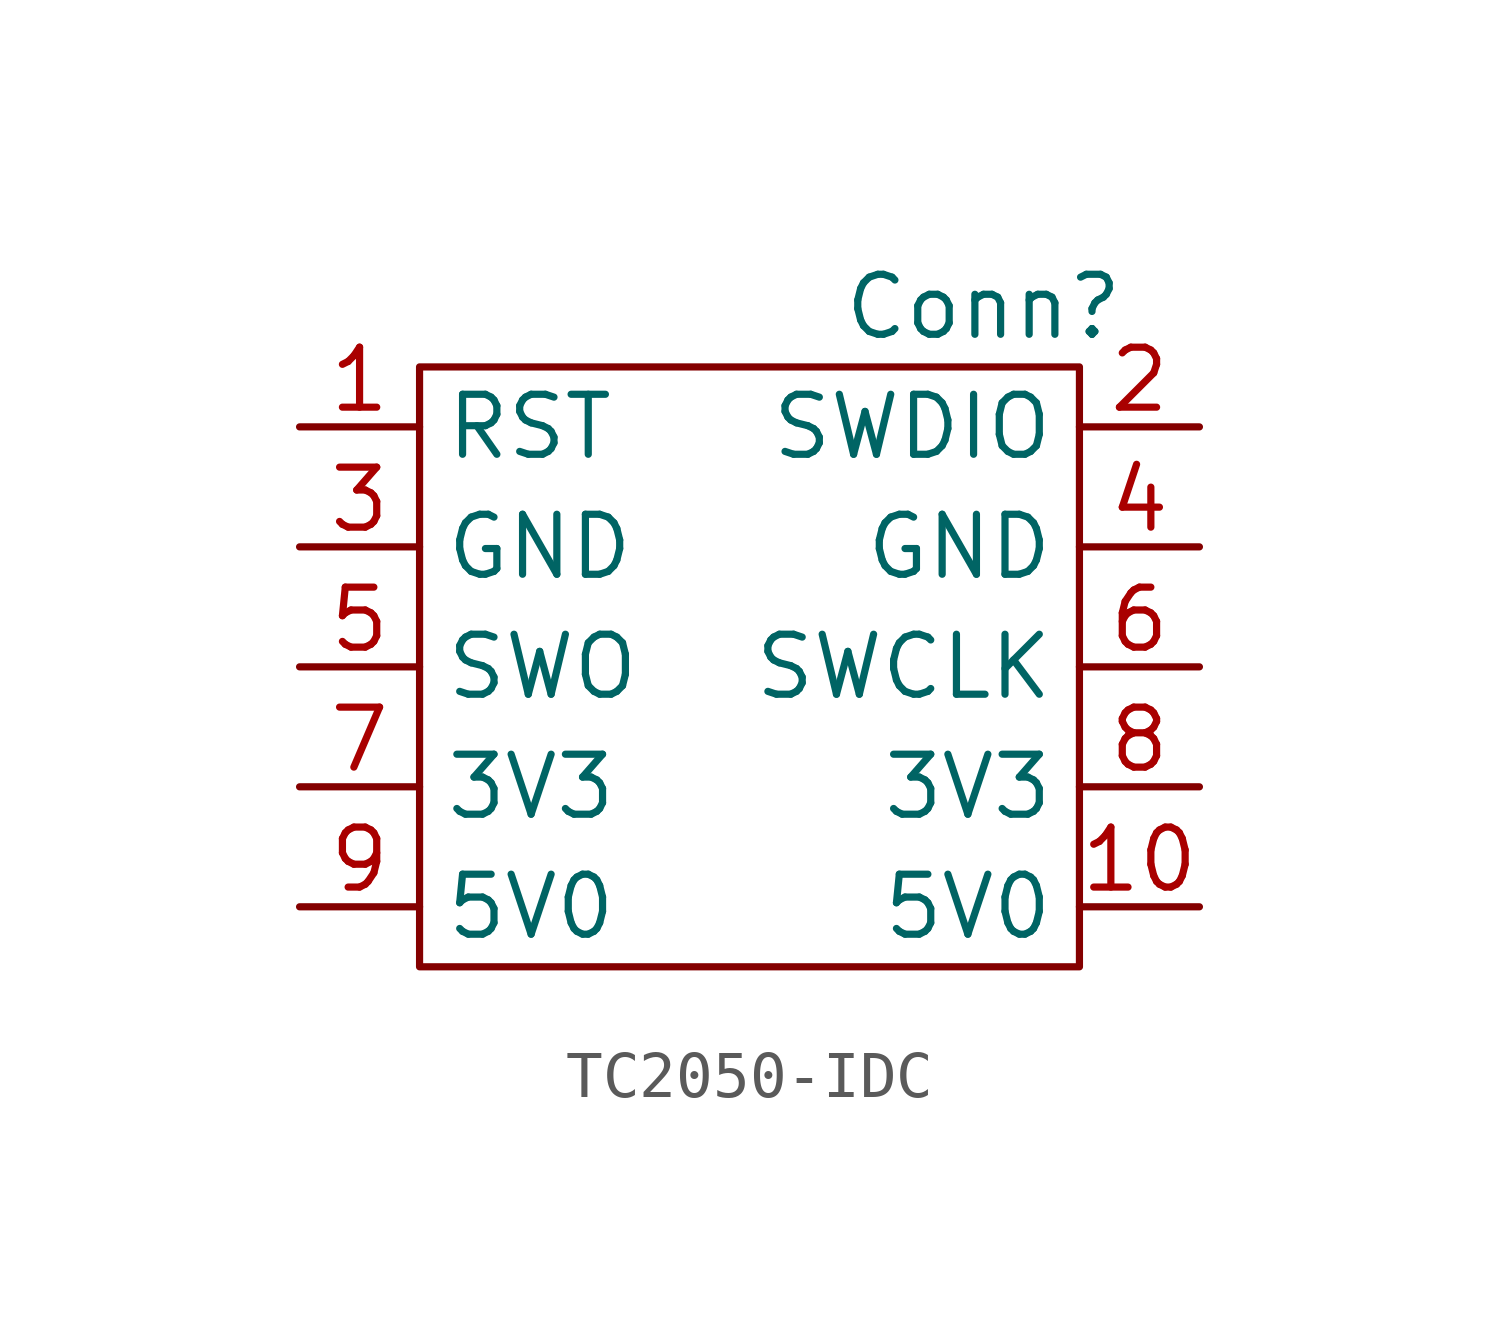
<source format=kicad_sym>
(kicad_symbol_lib
  (version 20231120)
  (generator "kicad_symbol_editor")
  (generator_version "8.0")
  (symbol "TC2050-IDC"
    (property "Reference" "Conn"
      (at 5.588 7.62 0)
      (effects (font (size 1.27 1.27))))
    (property "Value" ""
      (at 0 0 0)
      (effects (font (size 1.27 1.27))))
    (symbol "TC2050-IDC_0_1"
      (rectangle (start -6.35 6.35) (end 7.62 -6.35) (stroke (width 0) (type default)) (fill (type none))))
    (symbol "TC2050-IDC_1_1"
      (pin bidirectional line (at -8.89 5.08 0) (length 2.54) (name "RST" (effects (font (size 1.27 1.27)))) (number "1" (effects (font (size 1.27 1.27)))))
      (pin bidirectional line (at 10.16 -5.08 180) (length 2.54) (name "5V0" (effects (font (size 1.27 1.27)))) (number "10" (effects (font (size 1.27 1.27)))))
      (pin bidirectional line (at 10.16 5.08 180) (length 2.54) (name "SWDIO" (effects (font (size 1.27 1.27)))) (number "2" (effects (font (size 1.27 1.27)))))
      (pin bidirectional line (at -8.89 2.54 0) (length 2.54) (name "GND" (effects (font (size 1.27 1.27)))) (number "3" (effects (font (size 1.27 1.27)))))
      (pin bidirectional line (at 10.16 2.54 180) (length 2.54) (name "GND" (effects (font (size 1.27 1.27)))) (number "4" (effects (font (size 1.27 1.27)))))
      (pin bidirectional line (at -8.89 0 0) (length 2.54) (name "SWO" (effects (font (size 1.27 1.27)))) (number "5" (effects (font (size 1.27 1.27)))))
      (pin bidirectional line (at 10.16 0 180) (length 2.54) (name "SWCLK" (effects (font (size 1.27 1.27)))) (number "6" (effects (font (size 1.27 1.27)))))
      (pin bidirectional line (at -8.89 -2.54 0) (length 2.54) (name "3V3" (effects (font (size 1.27 1.27)))) (number "7" (effects (font (size 1.27 1.27)))))
      (pin bidirectional line (at 10.16 -2.54 180) (length 2.54) (name "3V3" (effects (font (size 1.27 1.27)))) (number "8" (effects (font (size 1.27 1.27)))))
      (pin bidirectional line (at -8.89 -5.08 0) (length 2.54) (name "5V0" (effects (font (size 1.27 1.27)))) (number "9" (effects (font (size 1.27 1.27))))))))
</source>
